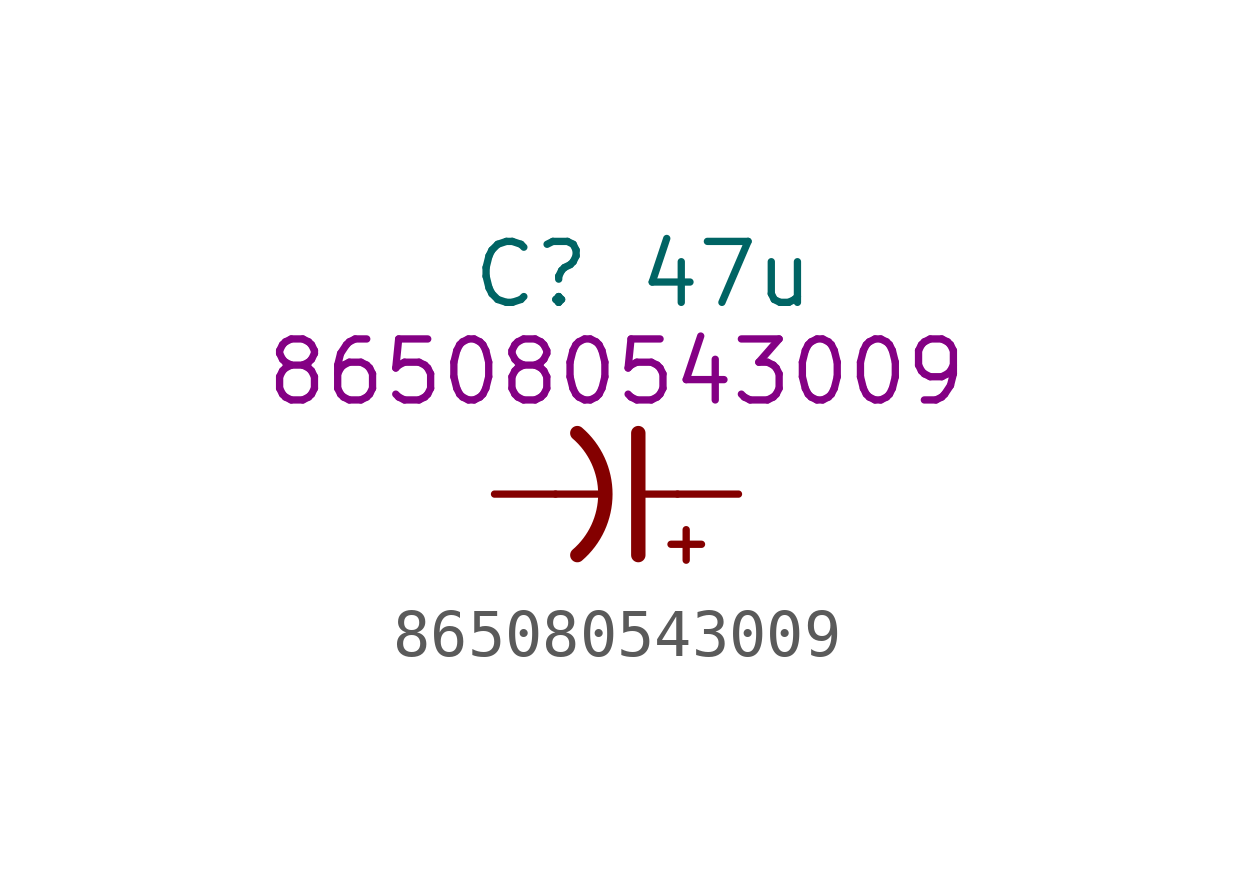
<source format=kicad_sym>
(kicad_symbol_lib
  (version 20231120)
  (generator "kicad_symbol_editor")
  (generator_version "8.0")
  (symbol "865080543009"
    (pin_numbers hide)
    (pin_names hide)
    (property "Reference" "C"
      (at 0.762 4.572 0)
      (effects (font (size 1.27 1.27))))
    (property "Value" "47u"
      (at 4.826 4.572 0)
      (effects (font (size 1.27 1.27))))
    (property "MPN" "865080543009"
      (at 2.54 2.54 0)
      (effects (font (size 1.27 1.27))))
    (symbol "865080543009_0_1"
      (polyline (pts (xy 2.335 0) (xy 1.27 0)) (stroke (width 0) (type default)) (fill (type none)))
      (polyline (pts (xy 2.994 1.27) (xy 2.994 -1.27)) (stroke (width 0.3) (type default)) (fill (type none)))
      (polyline (pts (xy 3.81 0) (xy 2.985 0)) (stroke (width 0) (type default)) (fill (type none)))
      (polyline (pts (xy 3.991 -0.741) (xy 3.991 -1.376)) (stroke (width 0) (type default)) (fill (type none)))
      (polyline (pts (xy 4.31 -1.045) (xy 3.675 -1.045)) (stroke (width 0) (type default)) (fill (type none)))
      (arc (start 1.724 -1.27) (mid 2.308 0) (end 1.724 1.27) (stroke (width 0.3) (type default)) (fill (type none))))
    (symbol "865080543009_1_1"
      (pin passive line (at 0 0 0) (length 1.27) (name "" (effects (font (size 1.27 1.27)))) (number "1" (effects (font (size 1.27 1.27)))))
      (pin passive line (at 5.08 0 180) (length 1.27) (name "" (effects (font (size 1.27 1.27)))) (number "1" (effects (font (size 1.27 1.27))))))))
</source>
